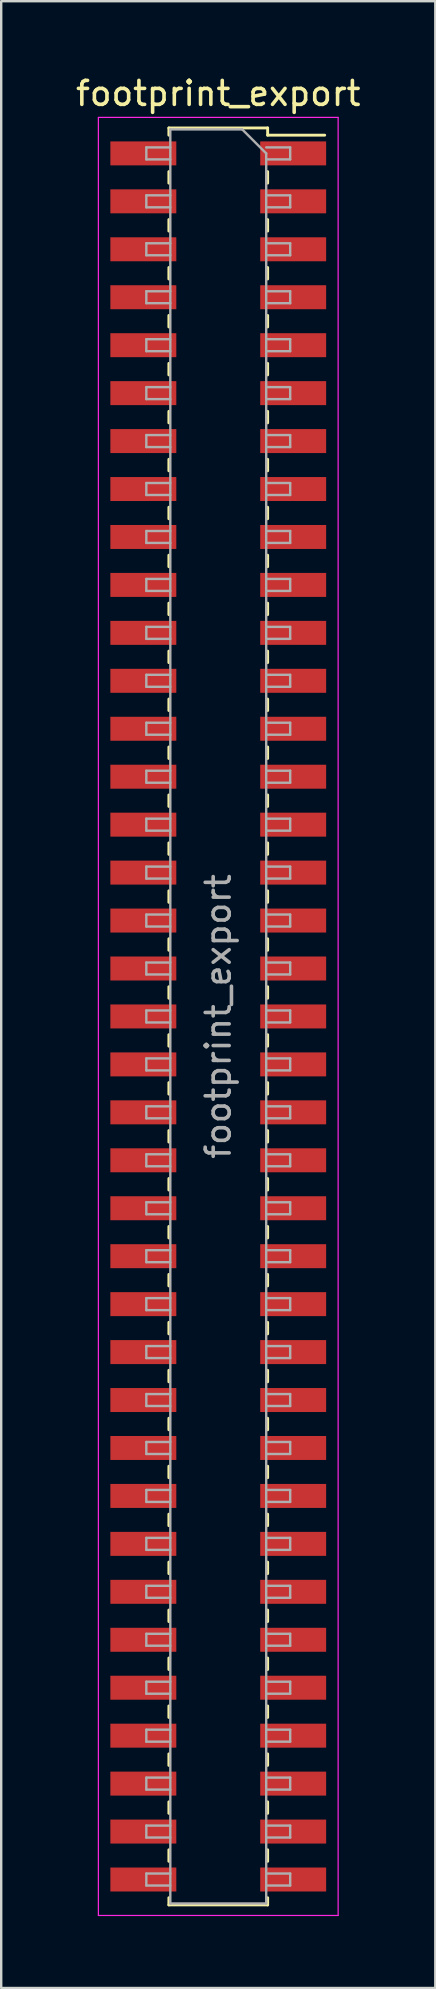
<source format=kicad_pcb>
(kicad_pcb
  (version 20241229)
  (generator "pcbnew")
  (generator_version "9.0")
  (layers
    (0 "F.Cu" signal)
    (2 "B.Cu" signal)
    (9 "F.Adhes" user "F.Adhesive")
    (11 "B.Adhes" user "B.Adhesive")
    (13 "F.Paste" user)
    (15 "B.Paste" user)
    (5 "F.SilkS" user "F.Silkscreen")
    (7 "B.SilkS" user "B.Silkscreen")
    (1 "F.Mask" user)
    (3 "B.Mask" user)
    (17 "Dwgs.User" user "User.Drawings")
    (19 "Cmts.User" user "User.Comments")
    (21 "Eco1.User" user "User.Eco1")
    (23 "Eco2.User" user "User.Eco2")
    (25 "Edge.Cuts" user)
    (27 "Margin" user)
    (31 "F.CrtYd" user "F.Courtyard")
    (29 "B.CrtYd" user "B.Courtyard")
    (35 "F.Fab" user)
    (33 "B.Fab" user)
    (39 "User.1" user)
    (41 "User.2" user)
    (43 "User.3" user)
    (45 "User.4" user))
  (footprint "footprint_export"
    (layer "F.Cu")
    (at 6.054 39.348)
    (property "Reference" "footprint_export" (at 0 -38.5 0) (layer "F.SilkS") (effects (font (size 1 1) (thickness 0.15))))
    (attr smd)
    (fp_line (start -2.06 -37.06) (end -2.06 -36.76) (stroke (width 0.12) (type solid)) (layer "F.SilkS"))
    (fp_line (start -2.06 -37.06) (end 2.06 -37.06) (stroke (width 0.12) (type solid)) (layer "F.SilkS"))
    (fp_line (start -2.06 -35.24) (end -2.06 -34.76) (stroke (width 0.12) (type solid)) (layer "F.SilkS"))
    (fp_line (start -2.06 -33.24) (end -2.06 -32.76) (stroke (width 0.12) (type solid)) (layer "F.SilkS"))
    (fp_line (start -2.06 -31.24) (end -2.06 -30.76) (stroke (width 0.12) (type solid)) (layer "F.SilkS"))
    (fp_line (start -2.06 -29.24) (end -2.06 -28.76) (stroke (width 0.12) (type solid)) (layer "F.SilkS"))
    (fp_line (start -2.06 -27.24) (end -2.06 -26.76) (stroke (width 0.12) (type solid)) (layer "F.SilkS"))
    (fp_line (start -2.06 -25.24) (end -2.06 -24.76) (stroke (width 0.12) (type solid)) (layer "F.SilkS"))
    (fp_line (start -2.06 -23.24) (end -2.06 -22.76) (stroke (width 0.12) (type solid)) (layer "F.SilkS"))
    (fp_line (start -2.06 -21.24) (end -2.06 -20.76) (stroke (width 0.12) (type solid)) (layer "F.SilkS"))
    (fp_line (start -2.06 -19.24) (end -2.06 -18.76) (stroke (width 0.12) (type solid)) (layer "F.SilkS"))
    (fp_line (start -2.06 -17.24) (end -2.06 -16.76) (stroke (width 0.12) (type solid)) (layer "F.SilkS"))
    (fp_line (start -2.06 -15.24) (end -2.06 -14.76) (stroke (width 0.12) (type solid)) (layer "F.SilkS"))
    (fp_line (start -2.06 -13.24) (end -2.06 -12.76) (stroke (width 0.12) (type solid)) (layer "F.SilkS"))
    (fp_line (start -2.06 -11.24) (end -2.06 -10.76) (stroke (width 0.12) (type solid)) (layer "F.SilkS"))
    (fp_line (start -2.06 -9.24) (end -2.06 -8.76) (stroke (width 0.12) (type solid)) (layer "F.SilkS"))
    (fp_line (start -2.06 -7.24) (end -2.06 -6.76) (stroke (width 0.12) (type solid)) (layer "F.SilkS"))
    (fp_line (start -2.06 -5.24) (end -2.06 -4.76) (stroke (width 0.12) (type solid)) (layer "F.SilkS"))
    (fp_line (start -2.06 -3.24) (end -2.06 -2.76) (stroke (width 0.12) (type solid)) (layer "F.SilkS"))
    (fp_line (start -2.06 -1.24) (end -2.06 -0.76) (stroke (width 0.12) (type solid)) (layer "F.SilkS"))
    (fp_line (start -2.06 0.76) (end -2.06 1.24) (stroke (width 0.12) (type solid)) (layer "F.SilkS"))
    (fp_line (start -2.06 2.76) (end -2.06 3.24) (stroke (width 0.12) (type solid)) (layer "F.SilkS"))
    (fp_line (start -2.06 4.76) (end -2.06 5.24) (stroke (width 0.12) (type solid)) (layer "F.SilkS"))
    (fp_line (start -2.06 6.76) (end -2.06 7.24) (stroke (width 0.12) (type solid)) (layer "F.SilkS"))
    (fp_line (start -2.06 8.76) (end -2.06 9.24) (stroke (width 0.12) (type solid)) (layer "F.SilkS"))
    (fp_line (start -2.06 10.76) (end -2.06 11.24) (stroke (width 0.12) (type solid)) (layer "F.SilkS"))
    (fp_line (start -2.06 12.76) (end -2.06 13.24) (stroke (width 0.12) (type solid)) (layer "F.SilkS"))
    (fp_line (start -2.06 14.76) (end -2.06 15.24) (stroke (width 0.12) (type solid)) (layer "F.SilkS"))
    (fp_line (start -2.06 16.76) (end -2.06 17.24) (stroke (width 0.12) (type solid)) (layer "F.SilkS"))
    (fp_line (start -2.06 18.76) (end -2.06 19.24) (stroke (width 0.12) (type solid)) (layer "F.SilkS"))
    (fp_line (start -2.06 20.76) (end -2.06 21.24) (stroke (width 0.12) (type solid)) (layer "F.SilkS"))
    (fp_line (start -2.06 22.76) (end -2.06 23.24) (stroke (width 0.12) (type solid)) (layer "F.SilkS"))
    (fp_line (start -2.06 24.76) (end -2.06 25.24) (stroke (width 0.12) (type solid)) (layer "F.SilkS"))
    (fp_line (start -2.06 26.76) (end -2.06 27.24) (stroke (width 0.12) (type solid)) (layer "F.SilkS"))
    (fp_line (start -2.06 28.76) (end -2.06 29.24) (stroke (width 0.12) (type solid)) (layer "F.SilkS"))
    (fp_line (start -2.06 30.76) (end -2.06 31.24) (stroke (width 0.12) (type solid)) (layer "F.SilkS"))
    (fp_line (start -2.06 32.76) (end -2.06 33.24) (stroke (width 0.12) (type solid)) (layer "F.SilkS"))
    (fp_line (start -2.06 34.76) (end -2.06 35.24) (stroke (width 0.12) (type solid)) (layer "F.SilkS"))
    (fp_line (start -2.06 36.76) (end -2.06 37.06) (stroke (width 0.12) (type solid)) (layer "F.SilkS"))
    (fp_line (start -2.06 37.06) (end 2.06 37.06) (stroke (width 0.12) (type solid)) (layer "F.SilkS"))
    (fp_line (start 2.06 -37.06) (end 2.06 -36.76) (stroke (width 0.12) (type solid)) (layer "F.SilkS"))
    (fp_line (start 2.06 -36.76) (end 4.44 -36.76) (stroke (width 0.12) (type solid)) (layer "F.SilkS"))
    (fp_line (start 2.06 -35.24) (end 2.06 -34.76) (stroke (width 0.12) (type solid)) (layer "F.SilkS"))
    (fp_line (start 2.06 -33.24) (end 2.06 -32.76) (stroke (width 0.12) (type solid)) (layer "F.SilkS"))
    (fp_line (start 2.06 -31.24) (end 2.06 -30.76) (stroke (width 0.12) (type solid)) (layer "F.SilkS"))
    (fp_line (start 2.06 -29.24) (end 2.06 -28.76) (stroke (width 0.12) (type solid)) (layer "F.SilkS"))
    (fp_line (start 2.06 -27.24) (end 2.06 -26.76) (stroke (width 0.12) (type solid)) (layer "F.SilkS"))
    (fp_line (start 2.06 -25.24) (end 2.06 -24.76) (stroke (width 0.12) (type solid)) (layer "F.SilkS"))
    (fp_line (start 2.06 -23.24) (end 2.06 -22.76) (stroke (width 0.12) (type solid)) (layer "F.SilkS"))
    (fp_line (start 2.06 -21.24) (end 2.06 -20.76) (stroke (width 0.12) (type solid)) (layer "F.SilkS"))
    (fp_line (start 2.06 -19.24) (end 2.06 -18.76) (stroke (width 0.12) (type solid)) (layer "F.SilkS"))
    (fp_line (start 2.06 -17.24) (end 2.06 -16.76) (stroke (width 0.12) (type solid)) (layer "F.SilkS"))
    (fp_line (start 2.06 -15.24) (end 2.06 -14.76) (stroke (width 0.12) (type solid)) (layer "F.SilkS"))
    (fp_line (start 2.06 -13.24) (end 2.06 -12.76) (stroke (width 0.12) (type solid)) (layer "F.SilkS"))
    (fp_line (start 2.06 -11.24) (end 2.06 -10.76) (stroke (width 0.12) (type solid)) (layer "F.SilkS"))
    (fp_line (start 2.06 -9.24) (end 2.06 -8.76) (stroke (width 0.12) (type solid)) (layer "F.SilkS"))
    (fp_line (start 2.06 -7.24) (end 2.06 -6.76) (stroke (width 0.12) (type solid)) (layer "F.SilkS"))
    (fp_line (start 2.06 -5.24) (end 2.06 -4.76) (stroke (width 0.12) (type solid)) (layer "F.SilkS"))
    (fp_line (start 2.06 -3.24) (end 2.06 -2.76) (stroke (width 0.12) (type solid)) (layer "F.SilkS"))
    (fp_line (start 2.06 -1.24) (end 2.06 -0.76) (stroke (width 0.12) (type solid)) (layer "F.SilkS"))
    (fp_line (start 2.06 0.76) (end 2.06 1.24) (stroke (width 0.12) (type solid)) (layer "F.SilkS"))
    (fp_line (start 2.06 2.76) (end 2.06 3.24) (stroke (width 0.12) (type solid)) (layer "F.SilkS"))
    (fp_line (start 2.06 4.76) (end 2.06 5.24) (stroke (width 0.12) (type solid)) (layer "F.SilkS"))
    (fp_line (start 2.06 6.76) (end 2.06 7.24) (stroke (width 0.12) (type solid)) (layer "F.SilkS"))
    (fp_line (start 2.06 8.76) (end 2.06 9.24) (stroke (width 0.12) (type solid)) (layer "F.SilkS"))
    (fp_line (start 2.06 10.76) (end 2.06 11.24) (stroke (width 0.12) (type solid)) (layer "F.SilkS"))
    (fp_line (start 2.06 12.76) (end 2.06 13.24) (stroke (width 0.12) (type solid)) (layer "F.SilkS"))
    (fp_line (start 2.06 14.76) (end 2.06 15.24) (stroke (width 0.12) (type solid)) (layer "F.SilkS"))
    (fp_line (start 2.06 16.76) (end 2.06 17.24) (stroke (width 0.12) (type solid)) (layer "F.SilkS"))
    (fp_line (start 2.06 18.76) (end 2.06 19.24) (stroke (width 0.12) (type solid)) (layer "F.SilkS"))
    (fp_line (start 2.06 20.76) (end 2.06 21.24) (stroke (width 0.12) (type solid)) (layer "F.SilkS"))
    (fp_line (start 2.06 22.76) (end 2.06 23.24) (stroke (width 0.12) (type solid)) (layer "F.SilkS"))
    (fp_line (start 2.06 24.76) (end 2.06 25.24) (stroke (width 0.12) (type solid)) (layer "F.SilkS"))
    (fp_line (start 2.06 26.76) (end 2.06 27.24) (stroke (width 0.12) (type solid)) (layer "F.SilkS"))
    (fp_line (start 2.06 28.76) (end 2.06 29.24) (stroke (width 0.12) (type solid)) (layer "F.SilkS"))
    (fp_line (start 2.06 30.76) (end 2.06 31.24) (stroke (width 0.12) (type solid)) (layer "F.SilkS"))
    (fp_line (start 2.06 32.76) (end 2.06 33.24) (stroke (width 0.12) (type solid)) (layer "F.SilkS"))
    (fp_line (start 2.06 34.76) (end 2.06 35.24) (stroke (width 0.12) (type solid)) (layer "F.SilkS"))
    (fp_line (start 2.06 36.76) (end 2.06 37.06) (stroke (width 0.12) (type solid)) (layer "F.SilkS"))
    (fp_line (start -5 -37.5) (end 5 -37.5) (stroke (width 0.05) (type solid)) (layer "F.CrtYd"))
    (fp_line (start -5 37.5) (end -5 -37.5) (stroke (width 0.05) (type solid)) (layer "F.CrtYd"))
    (fp_line (start 5 -37.5) (end 5 37.5) (stroke (width 0.05) (type solid)) (layer "F.CrtYd"))
    (fp_line (start 5 37.5) (end -5 37.5) (stroke (width 0.05) (type solid)) (layer "F.CrtYd"))
    (fp_line (start -3 -36.25) (end -2 -36.25) (stroke (width 0.1) (type solid)) (layer "F.Fab"))
    (fp_line (start -3 -35.75) (end -3 -36.25) (stroke (width 0.1) (type solid)) (layer "F.Fab"))
    (fp_line (start -3 -34.25) (end -2 -34.25) (stroke (width 0.1) (type solid)) (layer "F.Fab"))
    (fp_line (start -3 -33.75) (end -3 -34.25) (stroke (width 0.1) (type solid)) (layer "F.Fab"))
    (fp_line (start -3 -32.25) (end -2 -32.25) (stroke (width 0.1) (type solid)) (layer "F.Fab"))
    (fp_line (start -3 -31.75) (end -3 -32.25) (stroke (width 0.1) (type solid)) (layer "F.Fab"))
    (fp_line (start -3 -30.25) (end -2 -30.25) (stroke (width 0.1) (type solid)) (layer "F.Fab"))
    (fp_line (start -3 -29.75) (end -3 -30.25) (stroke (width 0.1) (type solid)) (layer "F.Fab"))
    (fp_line (start -3 -28.25) (end -2 -28.25) (stroke (width 0.1) (type solid)) (layer "F.Fab"))
    (fp_line (start -3 -27.75) (end -3 -28.25) (stroke (width 0.1) (type solid)) (layer "F.Fab"))
    (fp_line (start -3 -26.25) (end -2 -26.25) (stroke (width 0.1) (type solid)) (layer "F.Fab"))
    (fp_line (start -3 -25.75) (end -3 -26.25) (stroke (width 0.1) (type solid)) (layer "F.Fab"))
    (fp_line (start -3 -24.25) (end -2 -24.25) (stroke (width 0.1) (type solid)) (layer "F.Fab"))
    (fp_line (start -3 -23.75) (end -3 -24.25) (stroke (width 0.1) (type solid)) (layer "F.Fab"))
    (fp_line (start -3 -22.25) (end -2 -22.25) (stroke (width 0.1) (type solid)) (layer "F.Fab"))
    (fp_line (start -3 -21.75) (end -3 -22.25) (stroke (width 0.1) (type solid)) (layer "F.Fab"))
    (fp_line (start -3 -20.25) (end -2 -20.25) (stroke (width 0.1) (type solid)) (layer "F.Fab"))
    (fp_line (start -3 -19.75) (end -3 -20.25) (stroke (width 0.1) (type solid)) (layer "F.Fab"))
    (fp_line (start -3 -18.25) (end -2 -18.25) (stroke (width 0.1) (type solid)) (layer "F.Fab"))
    (fp_line (start -3 -17.75) (end -3 -18.25) (stroke (width 0.1) (type solid)) (layer "F.Fab"))
    (fp_line (start -3 -16.25) (end -2 -16.25) (stroke (width 0.1) (type solid)) (layer "F.Fab"))
    (fp_line (start -3 -15.75) (end -3 -16.25) (stroke (width 0.1) (type solid)) (layer "F.Fab"))
    (fp_line (start -3 -14.25) (end -2 -14.25) (stroke (width 0.1) (type solid)) (layer "F.Fab"))
    (fp_line (start -3 -13.75) (end -3 -14.25) (stroke (width 0.1) (type solid)) (layer "F.Fab"))
    (fp_line (start -3 -12.25) (end -2 -12.25) (stroke (width 0.1) (type solid)) (layer "F.Fab"))
    (fp_line (start -3 -11.75) (end -3 -12.25) (stroke (width 0.1) (type solid)) (layer "F.Fab"))
    (fp_line (start -3 -10.25) (end -2 -10.25) (stroke (width 0.1) (type solid)) (layer "F.Fab"))
    (fp_line (start -3 -9.75) (end -3 -10.25) (stroke (width 0.1) (type solid)) (layer "F.Fab"))
    (fp_line (start -3 -8.25) (end -2 -8.25) (stroke (width 0.1) (type solid)) (layer "F.Fab"))
    (fp_line (start -3 -7.75) (end -3 -8.25) (stroke (width 0.1) (type solid)) (layer "F.Fab"))
    (fp_line (start -3 -6.25) (end -2 -6.25) (stroke (width 0.1) (type solid)) (layer "F.Fab"))
    (fp_line (start -3 -5.75) (end -3 -6.25) (stroke (width 0.1) (type solid)) (layer "F.Fab"))
    (fp_line (start -3 -4.25) (end -2 -4.25) (stroke (width 0.1) (type solid)) (layer "F.Fab"))
    (fp_line (start -3 -3.75) (end -3 -4.25) (stroke (width 0.1) (type solid)) (layer "F.Fab"))
    (fp_line (start -3 -2.25) (end -2 -2.25) (stroke (width 0.1) (type solid)) (layer "F.Fab"))
    (fp_line (start -3 -1.75) (end -3 -2.25) (stroke (width 0.1) (type solid)) (layer "F.Fab"))
    (fp_line (start -3 -0.25) (end -2 -0.25) (stroke (width 0.1) (type solid)) (layer "F.Fab"))
    (fp_line (start -3 0.25) (end -3 -0.25) (stroke (width 0.1) (type solid)) (layer "F.Fab"))
    (fp_line (start -3 1.75) (end -2 1.75) (stroke (width 0.1) (type solid)) (layer "F.Fab"))
    (fp_line (start -3 2.25) (end -3 1.75) (stroke (width 0.1) (type solid)) (layer "F.Fab"))
    (fp_line (start -3 3.75) (end -2 3.75) (stroke (width 0.1) (type solid)) (layer "F.Fab"))
    (fp_line (start -3 4.25) (end -3 3.75) (stroke (width 0.1) (type solid)) (layer "F.Fab"))
    (fp_line (start -3 5.75) (end -2 5.75) (stroke (width 0.1) (type solid)) (layer "F.Fab"))
    (fp_line (start -3 6.25) (end -3 5.75) (stroke (width 0.1) (type solid)) (layer "F.Fab"))
    (fp_line (start -3 7.75) (end -2 7.75) (stroke (width 0.1) (type solid)) (layer "F.Fab"))
    (fp_line (start -3 8.25) (end -3 7.75) (stroke (width 0.1) (type solid)) (layer "F.Fab"))
    (fp_line (start -3 9.75) (end -2 9.75) (stroke (width 0.1) (type solid)) (layer "F.Fab"))
    (fp_line (start -3 10.25) (end -3 9.75) (stroke (width 0.1) (type solid)) (layer "F.Fab"))
    (fp_line (start -3 11.75) (end -2 11.75) (stroke (width 0.1) (type solid)) (layer "F.Fab"))
    (fp_line (start -3 12.25) (end -3 11.75) (stroke (width 0.1) (type solid)) (layer "F.Fab"))
    (fp_line (start -3 13.75) (end -2 13.75) (stroke (width 0.1) (type solid)) (layer "F.Fab"))
    (fp_line (start -3 14.25) (end -3 13.75) (stroke (width 0.1) (type solid)) (layer "F.Fab"))
    (fp_line (start -3 15.75) (end -2 15.75) (stroke (width 0.1) (type solid)) (layer "F.Fab"))
    (fp_line (start -3 16.25) (end -3 15.75) (stroke (width 0.1) (type solid)) (layer "F.Fab"))
    (fp_line (start -3 17.75) (end -2 17.75) (stroke (width 0.1) (type solid)) (layer "F.Fab"))
    (fp_line (start -3 18.25) (end -3 17.75) (stroke (width 0.1) (type solid)) (layer "F.Fab"))
    (fp_line (start -3 19.75) (end -2 19.75) (stroke (width 0.1) (type solid)) (layer "F.Fab"))
    (fp_line (start -3 20.25) (end -3 19.75) (stroke (width 0.1) (type solid)) (layer "F.Fab"))
    (fp_line (start -3 21.75) (end -2 21.75) (stroke (width 0.1) (type solid)) (layer "F.Fab"))
    (fp_line (start -3 22.25) (end -3 21.75) (stroke (width 0.1) (type solid)) (layer "F.Fab"))
    (fp_line (start -3 23.75) (end -2 23.75) (stroke (width 0.1) (type solid)) (layer "F.Fab"))
    (fp_line (start -3 24.25) (end -3 23.75) (stroke (width 0.1) (type solid)) (layer "F.Fab"))
    (fp_line (start -3 25.75) (end -2 25.75) (stroke (width 0.1) (type solid)) (layer "F.Fab"))
    (fp_line (start -3 26.25) (end -3 25.75) (stroke (width 0.1) (type solid)) (layer "F.Fab"))
    (fp_line (start -3 27.75) (end -2 27.75) (stroke (width 0.1) (type solid)) (layer "F.Fab"))
    (fp_line (start -3 28.25) (end -3 27.75) (stroke (width 0.1) (type solid)) (layer "F.Fab"))
    (fp_line (start -3 29.75) (end -2 29.75) (stroke (width 0.1) (type solid)) (layer "F.Fab"))
    (fp_line (start -3 30.25) (end -3 29.75) (stroke (width 0.1) (type solid)) (layer "F.Fab"))
    (fp_line (start -3 31.75) (end -2 31.75) (stroke (width 0.1) (type solid)) (layer "F.Fab"))
    (fp_line (start -3 32.25) (end -3 31.75) (stroke (width 0.1) (type solid)) (layer "F.Fab"))
    (fp_line (start -3 33.75) (end -2 33.75) (stroke (width 0.1) (type solid)) (layer "F.Fab"))
    (fp_line (start -3 34.25) (end -3 33.75) (stroke (width 0.1) (type solid)) (layer "F.Fab"))
    (fp_line (start -3 35.75) (end -2 35.75) (stroke (width 0.1) (type solid)) (layer "F.Fab"))
    (fp_line (start -3 36.25) (end -3 35.75) (stroke (width 0.1) (type solid)) (layer "F.Fab"))
    (fp_line (start -2 -37) (end 1 -37) (stroke (width 0.1) (type solid)) (layer "F.Fab"))
    (fp_line (start -2 -35.75) (end -3 -35.75) (stroke (width 0.1) (type solid)) (layer "F.Fab"))
    (fp_line (start -2 -33.75) (end -3 -33.75) (stroke (width 0.1) (type solid)) (layer "F.Fab"))
    (fp_line (start -2 -31.75) (end -3 -31.75) (stroke (width 0.1) (type solid)) (layer "F.Fab"))
    (fp_line (start -2 -29.75) (end -3 -29.75) (stroke (width 0.1) (type solid)) (layer "F.Fab"))
    (fp_line (start -2 -27.75) (end -3 -27.75) (stroke (width 0.1) (type solid)) (layer "F.Fab"))
    (fp_line (start -2 -25.75) (end -3 -25.75) (stroke (width 0.1) (type solid)) (layer "F.Fab"))
    (fp_line (start -2 -23.75) (end -3 -23.75) (stroke (width 0.1) (type solid)) (layer "F.Fab"))
    (fp_line (start -2 -21.75) (end -3 -21.75) (stroke (width 0.1) (type solid)) (layer "F.Fab"))
    (fp_line (start -2 -19.75) (end -3 -19.75) (stroke (width 0.1) (type solid)) (layer "F.Fab"))
    (fp_line (start -2 -17.75) (end -3 -17.75) (stroke (width 0.1) (type solid)) (layer "F.Fab"))
    (fp_line (start -2 -15.75) (end -3 -15.75) (stroke (width 0.1) (type solid)) (layer "F.Fab"))
    (fp_line (start -2 -13.75) (end -3 -13.75) (stroke (width 0.1) (type solid)) (layer "F.Fab"))
    (fp_line (start -2 -11.75) (end -3 -11.75) (stroke (width 0.1) (type solid)) (layer "F.Fab"))
    (fp_line (start -2 -9.75) (end -3 -9.75) (stroke (width 0.1) (type solid)) (layer "F.Fab"))
    (fp_line (start -2 -7.75) (end -3 -7.75) (stroke (width 0.1) (type solid)) (layer "F.Fab"))
    (fp_line (start -2 -5.75) (end -3 -5.75) (stroke (width 0.1) (type solid)) (layer "F.Fab"))
    (fp_line (start -2 -3.75) (end -3 -3.75) (stroke (width 0.1) (type solid)) (layer "F.Fab"))
    (fp_line (start -2 -1.75) (end -3 -1.75) (stroke (width 0.1) (type solid)) (layer "F.Fab"))
    (fp_line (start -2 0.25) (end -3 0.25) (stroke (width 0.1) (type solid)) (layer "F.Fab"))
    (fp_line (start -2 2.25) (end -3 2.25) (stroke (width 0.1) (type solid)) (layer "F.Fab"))
    (fp_line (start -2 4.25) (end -3 4.25) (stroke (width 0.1) (type solid)) (layer "F.Fab"))
    (fp_line (start -2 6.25) (end -3 6.25) (stroke (width 0.1) (type solid)) (layer "F.Fab"))
    (fp_line (start -2 8.25) (end -3 8.25) (stroke (width 0.1) (type solid)) (layer "F.Fab"))
    (fp_line (start -2 10.25) (end -3 10.25) (stroke (width 0.1) (type solid)) (layer "F.Fab"))
    (fp_line (start -2 12.25) (end -3 12.25) (stroke (width 0.1) (type solid)) (layer "F.Fab"))
    (fp_line (start -2 14.25) (end -3 14.25) (stroke (width 0.1) (type solid)) (layer "F.Fab"))
    (fp_line (start -2 16.25) (end -3 16.25) (stroke (width 0.1) (type solid)) (layer "F.Fab"))
    (fp_line (start -2 18.25) (end -3 18.25) (stroke (width 0.1) (type solid)) (layer "F.Fab"))
    (fp_line (start -2 20.25) (end -3 20.25) (stroke (width 0.1) (type solid)) (layer "F.Fab"))
    (fp_line (start -2 22.25) (end -3 22.25) (stroke (width 0.1) (type solid)) (layer "F.Fab"))
    (fp_line (start -2 24.25) (end -3 24.25) (stroke (width 0.1) (type solid)) (layer "F.Fab"))
    (fp_line (start -2 26.25) (end -3 26.25) (stroke (width 0.1) (type solid)) (layer "F.Fab"))
    (fp_line (start -2 28.25) (end -3 28.25) (stroke (width 0.1) (type solid)) (layer "F.Fab"))
    (fp_line (start -2 30.25) (end -3 30.25) (stroke (width 0.1) (type solid)) (layer "F.Fab"))
    (fp_line (start -2 32.25) (end -3 32.25) (stroke (width 0.1) (type solid)) (layer "F.Fab"))
    (fp_line (start -2 34.25) (end -3 34.25) (stroke (width 0.1) (type solid)) (layer "F.Fab"))
    (fp_line (start -2 36.25) (end -3 36.25) (stroke (width 0.1) (type solid)) (layer "F.Fab"))
    (fp_line (start -2 37) (end -2 -37) (stroke (width 0.1) (type solid)) (layer "F.Fab"))
    (fp_line (start 1 -37) (end 2 -36) (stroke (width 0.1) (type solid)) (layer "F.Fab"))
    (fp_line (start 2 -36.25) (end 3 -36.25) (stroke (width 0.1) (type solid)) (layer "F.Fab"))
    (fp_line (start 2 -36) (end 2 37) (stroke (width 0.1) (type solid)) (layer "F.Fab"))
    (fp_line (start 2 -34.25) (end 3 -34.25) (stroke (width 0.1) (type solid)) (layer "F.Fab"))
    (fp_line (start 2 -32.25) (end 3 -32.25) (stroke (width 0.1) (type solid)) (layer "F.Fab"))
    (fp_line (start 2 -30.25) (end 3 -30.25) (stroke (width 0.1) (type solid)) (layer "F.Fab"))
    (fp_line (start 2 -28.25) (end 3 -28.25) (stroke (width 0.1) (type solid)) (layer "F.Fab"))
    (fp_line (start 2 -26.25) (end 3 -26.25) (stroke (width 0.1) (type solid)) (layer "F.Fab"))
    (fp_line (start 2 -24.25) (end 3 -24.25) (stroke (width 0.1) (type solid)) (layer "F.Fab"))
    (fp_line (start 2 -22.25) (end 3 -22.25) (stroke (width 0.1) (type solid)) (layer "F.Fab"))
    (fp_line (start 2 -20.25) (end 3 -20.25) (stroke (width 0.1) (type solid)) (layer "F.Fab"))
    (fp_line (start 2 -18.25) (end 3 -18.25) (stroke (width 0.1) (type solid)) (layer "F.Fab"))
    (fp_line (start 2 -16.25) (end 3 -16.25) (stroke (width 0.1) (type solid)) (layer "F.Fab"))
    (fp_line (start 2 -14.25) (end 3 -14.25) (stroke (width 0.1) (type solid)) (layer "F.Fab"))
    (fp_line (start 2 -12.25) (end 3 -12.25) (stroke (width 0.1) (type solid)) (layer "F.Fab"))
    (fp_line (start 2 -10.25) (end 3 -10.25) (stroke (width 0.1) (type solid)) (layer "F.Fab"))
    (fp_line (start 2 -8.25) (end 3 -8.25) (stroke (width 0.1) (type solid)) (layer "F.Fab"))
    (fp_line (start 2 -6.25) (end 3 -6.25) (stroke (width 0.1) (type solid)) (layer "F.Fab"))
    (fp_line (start 2 -4.25) (end 3 -4.25) (stroke (width 0.1) (type solid)) (layer "F.Fab"))
    (fp_line (start 2 -2.25) (end 3 -2.25) (stroke (width 0.1) (type solid)) (layer "F.Fab"))
    (fp_line (start 2 -0.25) (end 3 -0.25) (stroke (width 0.1) (type solid)) (layer "F.Fab"))
    (fp_line (start 2 1.75) (end 3 1.75) (stroke (width 0.1) (type solid)) (layer "F.Fab"))
    (fp_line (start 2 3.75) (end 3 3.75) (stroke (width 0.1) (type solid)) (layer "F.Fab"))
    (fp_line (start 2 5.75) (end 3 5.75) (stroke (width 0.1) (type solid)) (layer "F.Fab"))
    (fp_line (start 2 7.75) (end 3 7.75) (stroke (width 0.1) (type solid)) (layer "F.Fab"))
    (fp_line (start 2 9.75) (end 3 9.75) (stroke (width 0.1) (type solid)) (layer "F.Fab"))
    (fp_line (start 2 11.75) (end 3 11.75) (stroke (width 0.1) (type solid)) (layer "F.Fab"))
    (fp_line (start 2 13.75) (end 3 13.75) (stroke (width 0.1) (type solid)) (layer "F.Fab"))
    (fp_line (start 2 15.75) (end 3 15.75) (stroke (width 0.1) (type solid)) (layer "F.Fab"))
    (fp_line (start 2 17.75) (end 3 17.75) (stroke (width 0.1) (type solid)) (layer "F.Fab"))
    (fp_line (start 2 19.75) (end 3 19.75) (stroke (width 0.1) (type solid)) (layer "F.Fab"))
    (fp_line (start 2 21.75) (end 3 21.75) (stroke (width 0.1) (type solid)) (layer "F.Fab"))
    (fp_line (start 2 23.75) (end 3 23.75) (stroke (width 0.1) (type solid)) (layer "F.Fab"))
    (fp_line (start 2 25.75) (end 3 25.75) (stroke (width 0.1) (type solid)) (layer "F.Fab"))
    (fp_line (start 2 27.75) (end 3 27.75) (stroke (width 0.1) (type solid)) (layer "F.Fab"))
    (fp_line (start 2 29.75) (end 3 29.75) (stroke (width 0.1) (type solid)) (layer "F.Fab"))
    (fp_line (start 2 31.75) (end 3 31.75) (stroke (width 0.1) (type solid)) (layer "F.Fab"))
    (fp_line (start 2 33.75) (end 3 33.75) (stroke (width 0.1) (type solid)) (layer "F.Fab"))
    (fp_line (start 2 35.75) (end 3 35.75) (stroke (width 0.1) (type solid)) (layer "F.Fab"))
    (fp_line (start 2 37) (end -2 37) (stroke (width 0.1) (type solid)) (layer "F.Fab"))
    (fp_line (start 3 -36.25) (end 3 -35.75) (stroke (width 0.1) (type solid)) (layer "F.Fab"))
    (fp_line (start 3 -35.75) (end 2 -35.75) (stroke (width 0.1) (type solid)) (layer "F.Fab"))
    (fp_line (start 3 -34.25) (end 3 -33.75) (stroke (width 0.1) (type solid)) (layer "F.Fab"))
    (fp_line (start 3 -33.75) (end 2 -33.75) (stroke (width 0.1) (type solid)) (layer "F.Fab"))
    (fp_line (start 3 -32.25) (end 3 -31.75) (stroke (width 0.1) (type solid)) (layer "F.Fab"))
    (fp_line (start 3 -31.75) (end 2 -31.75) (stroke (width 0.1) (type solid)) (layer "F.Fab"))
    (fp_line (start 3 -30.25) (end 3 -29.75) (stroke (width 0.1) (type solid)) (layer "F.Fab"))
    (fp_line (start 3 -29.75) (end 2 -29.75) (stroke (width 0.1) (type solid)) (layer "F.Fab"))
    (fp_line (start 3 -28.25) (end 3 -27.75) (stroke (width 0.1) (type solid)) (layer "F.Fab"))
    (fp_line (start 3 -27.75) (end 2 -27.75) (stroke (width 0.1) (type solid)) (layer "F.Fab"))
    (fp_line (start 3 -26.25) (end 3 -25.75) (stroke (width 0.1) (type solid)) (layer "F.Fab"))
    (fp_line (start 3 -25.75) (end 2 -25.75) (stroke (width 0.1) (type solid)) (layer "F.Fab"))
    (fp_line (start 3 -24.25) (end 3 -23.75) (stroke (width 0.1) (type solid)) (layer "F.Fab"))
    (fp_line (start 3 -23.75) (end 2 -23.75) (stroke (width 0.1) (type solid)) (layer "F.Fab"))
    (fp_line (start 3 -22.25) (end 3 -21.75) (stroke (width 0.1) (type solid)) (layer "F.Fab"))
    (fp_line (start 3 -21.75) (end 2 -21.75) (stroke (width 0.1) (type solid)) (layer "F.Fab"))
    (fp_line (start 3 -20.25) (end 3 -19.75) (stroke (width 0.1) (type solid)) (layer "F.Fab"))
    (fp_line (start 3 -19.75) (end 2 -19.75) (stroke (width 0.1) (type solid)) (layer "F.Fab"))
    (fp_line (start 3 -18.25) (end 3 -17.75) (stroke (width 0.1) (type solid)) (layer "F.Fab"))
    (fp_line (start 3 -17.75) (end 2 -17.75) (stroke (width 0.1) (type solid)) (layer "F.Fab"))
    (fp_line (start 3 -16.25) (end 3 -15.75) (stroke (width 0.1) (type solid)) (layer "F.Fab"))
    (fp_line (start 3 -15.75) (end 2 -15.75) (stroke (width 0.1) (type solid)) (layer "F.Fab"))
    (fp_line (start 3 -14.25) (end 3 -13.75) (stroke (width 0.1) (type solid)) (layer "F.Fab"))
    (fp_line (start 3 -13.75) (end 2 -13.75) (stroke (width 0.1) (type solid)) (layer "F.Fab"))
    (fp_line (start 3 -12.25) (end 3 -11.75) (stroke (width 0.1) (type solid)) (layer "F.Fab"))
    (fp_line (start 3 -11.75) (end 2 -11.75) (stroke (width 0.1) (type solid)) (layer "F.Fab"))
    (fp_line (start 3 -10.25) (end 3 -9.75) (stroke (width 0.1) (type solid)) (layer "F.Fab"))
    (fp_line (start 3 -9.75) (end 2 -9.75) (stroke (width 0.1) (type solid)) (layer "F.Fab"))
    (fp_line (start 3 -8.25) (end 3 -7.75) (stroke (width 0.1) (type solid)) (layer "F.Fab"))
    (fp_line (start 3 -7.75) (end 2 -7.75) (stroke (width 0.1) (type solid)) (layer "F.Fab"))
    (fp_line (start 3 -6.25) (end 3 -5.75) (stroke (width 0.1) (type solid)) (layer "F.Fab"))
    (fp_line (start 3 -5.75) (end 2 -5.75) (stroke (width 0.1) (type solid)) (layer "F.Fab"))
    (fp_line (start 3 -4.25) (end 3 -3.75) (stroke (width 0.1) (type solid)) (layer "F.Fab"))
    (fp_line (start 3 -3.75) (end 2 -3.75) (stroke (width 0.1) (type solid)) (layer "F.Fab"))
    (fp_line (start 3 -2.25) (end 3 -1.75) (stroke (width 0.1) (type solid)) (layer "F.Fab"))
    (fp_line (start 3 -1.75) (end 2 -1.75) (stroke (width 0.1) (type solid)) (layer "F.Fab"))
    (fp_line (start 3 -0.25) (end 3 0.25) (stroke (width 0.1) (type solid)) (layer "F.Fab"))
    (fp_line (start 3 0.25) (end 2 0.25) (stroke (width 0.1) (type solid)) (layer "F.Fab"))
    (fp_line (start 3 1.75) (end 3 2.25) (stroke (width 0.1) (type solid)) (layer "F.Fab"))
    (fp_line (start 3 2.25) (end 2 2.25) (stroke (width 0.1) (type solid)) (layer "F.Fab"))
    (fp_line (start 3 3.75) (end 3 4.25) (stroke (width 0.1) (type solid)) (layer "F.Fab"))
    (fp_line (start 3 4.25) (end 2 4.25) (stroke (width 0.1) (type solid)) (layer "F.Fab"))
    (fp_line (start 3 5.75) (end 3 6.25) (stroke (width 0.1) (type solid)) (layer "F.Fab"))
    (fp_line (start 3 6.25) (end 2 6.25) (stroke (width 0.1) (type solid)) (layer "F.Fab"))
    (fp_line (start 3 7.75) (end 3 8.25) (stroke (width 0.1) (type solid)) (layer "F.Fab"))
    (fp_line (start 3 8.25) (end 2 8.25) (stroke (width 0.1) (type solid)) (layer "F.Fab"))
    (fp_line (start 3 9.75) (end 3 10.25) (stroke (width 0.1) (type solid)) (layer "F.Fab"))
    (fp_line (start 3 10.25) (end 2 10.25) (stroke (width 0.1) (type solid)) (layer "F.Fab"))
    (fp_line (start 3 11.75) (end 3 12.25) (stroke (width 0.1) (type solid)) (layer "F.Fab"))
    (fp_line (start 3 12.25) (end 2 12.25) (stroke (width 0.1) (type solid)) (layer "F.Fab"))
    (fp_line (start 3 13.75) (end 3 14.25) (stroke (width 0.1) (type solid)) (layer "F.Fab"))
    (fp_line (start 3 14.25) (end 2 14.25) (stroke (width 0.1) (type solid)) (layer "F.Fab"))
    (fp_line (start 3 15.75) (end 3 16.25) (stroke (width 0.1) (type solid)) (layer "F.Fab"))
    (fp_line (start 3 16.25) (end 2 16.25) (stroke (width 0.1) (type solid)) (layer "F.Fab"))
    (fp_line (start 3 17.75) (end 3 18.25) (stroke (width 0.1) (type solid)) (layer "F.Fab"))
    (fp_line (start 3 18.25) (end 2 18.25) (stroke (width 0.1) (type solid)) (layer "F.Fab"))
    (fp_line (start 3 19.75) (end 3 20.25) (stroke (width 0.1) (type solid)) (layer "F.Fab"))
    (fp_line (start 3 20.25) (end 2 20.25) (stroke (width 0.1) (type solid)) (layer "F.Fab"))
    (fp_line (start 3 21.75) (end 3 22.25) (stroke (width 0.1) (type solid)) (layer "F.Fab"))
    (fp_line (start 3 22.25) (end 2 22.25) (stroke (width 0.1) (type solid)) (layer "F.Fab"))
    (fp_line (start 3 23.75) (end 3 24.25) (stroke (width 0.1) (type solid)) (layer "F.Fab"))
    (fp_line (start 3 24.25) (end 2 24.25) (stroke (width 0.1) (type solid)) (layer "F.Fab"))
    (fp_line (start 3 25.75) (end 3 26.25) (stroke (width 0.1) (type solid)) (layer "F.Fab"))
    (fp_line (start 3 26.25) (end 2 26.25) (stroke (width 0.1) (type solid)) (layer "F.Fab"))
    (fp_line (start 3 27.75) (end 3 28.25) (stroke (width 0.1) (type solid)) (layer "F.Fab"))
    (fp_line (start 3 28.25) (end 2 28.25) (stroke (width 0.1) (type solid)) (layer "F.Fab"))
    (fp_line (start 3 29.75) (end 3 30.25) (stroke (width 0.1) (type solid)) (layer "F.Fab"))
    (fp_line (start 3 30.25) (end 2 30.25) (stroke (width 0.1) (type solid)) (layer "F.Fab"))
    (fp_line (start 3 31.75) (end 3 32.25) (stroke (width 0.1) (type solid)) (layer "F.Fab"))
    (fp_line (start 3 32.25) (end 2 32.25) (stroke (width 0.1) (type solid)) (layer "F.Fab"))
    (fp_line (start 3 33.75) (end 3 34.25) (stroke (width 0.1) (type solid)) (layer "F.Fab"))
    (fp_line (start 3 34.25) (end 2 34.25) (stroke (width 0.1) (type solid)) (layer "F.Fab"))
    (fp_line (start 3 35.75) (end 3 36.25) (stroke (width 0.1) (type solid)) (layer "F.Fab"))
    (fp_line (start 3 36.25) (end 2 36.25) (stroke (width 0.1) (type solid)) (layer "F.Fab"))
    (fp_text user "${REFERENCE}" (at 0 0 90) (layer "F.Fab") (effects (font (size 1 1) (thickness 0.15))))
    (pad "1" smd rect (at 3.125 -36) (size 2.75 1) (layers "F.Cu" "F.Mask" "F.Paste"))
    (pad "2" smd rect (at -3.125 -36) (size 2.75 1) (layers "F.Cu" "F.Mask" "F.Paste"))
    (pad "3" smd rect (at 3.125 -34) (size 2.75 1) (layers "F.Cu" "F.Mask" "F.Paste"))
    (pad "4" smd rect (at -3.125 -34) (size 2.75 1) (layers "F.Cu" "F.Mask" "F.Paste"))
    (pad "5" smd rect (at 3.125 -32) (size 2.75 1) (layers "F.Cu" "F.Mask" "F.Paste"))
    (pad "6" smd rect (at -3.125 -32) (size 2.75 1) (layers "F.Cu" "F.Mask" "F.Paste"))
    (pad "7" smd rect (at 3.125 -30) (size 2.75 1) (layers "F.Cu" "F.Mask" "F.Paste"))
    (pad "8" smd rect (at -3.125 -30) (size 2.75 1) (layers "F.Cu" "F.Mask" "F.Paste"))
    (pad "9" smd rect (at 3.125 -28) (size 2.75 1) (layers "F.Cu" "F.Mask" "F.Paste"))
    (pad "10" smd rect (at -3.125 -28) (size 2.75 1) (layers "F.Cu" "F.Mask" "F.Paste"))
    (pad "11" smd rect (at 3.125 -26) (size 2.75 1) (layers "F.Cu" "F.Mask" "F.Paste"))
    (pad "12" smd rect (at -3.125 -26) (size 2.75 1) (layers "F.Cu" "F.Mask" "F.Paste"))
    (pad "13" smd rect (at 3.125 -24) (size 2.75 1) (layers "F.Cu" "F.Mask" "F.Paste"))
    (pad "14" smd rect (at -3.125 -24) (size 2.75 1) (layers "F.Cu" "F.Mask" "F.Paste"))
    (pad "15" smd rect (at 3.125 -22) (size 2.75 1) (layers "F.Cu" "F.Mask" "F.Paste"))
    (pad "16" smd rect (at -3.125 -22) (size 2.75 1) (layers "F.Cu" "F.Mask" "F.Paste"))
    (pad "17" smd rect (at 3.125 -20) (size 2.75 1) (layers "F.Cu" "F.Mask" "F.Paste"))
    (pad "18" smd rect (at -3.125 -20) (size 2.75 1) (layers "F.Cu" "F.Mask" "F.Paste"))
    (pad "19" smd rect (at 3.125 -18) (size 2.75 1) (layers "F.Cu" "F.Mask" "F.Paste"))
    (pad "20" smd rect (at -3.125 -18) (size 2.75 1) (layers "F.Cu" "F.Mask" "F.Paste"))
    (pad "21" smd rect (at 3.125 -16) (size 2.75 1) (layers "F.Cu" "F.Mask" "F.Paste"))
    (pad "22" smd rect (at -3.125 -16) (size 2.75 1) (layers "F.Cu" "F.Mask" "F.Paste"))
    (pad "23" smd rect (at 3.125 -14) (size 2.75 1) (layers "F.Cu" "F.Mask" "F.Paste"))
    (pad "24" smd rect (at -3.125 -14) (size 2.75 1) (layers "F.Cu" "F.Mask" "F.Paste"))
    (pad "25" smd rect (at 3.125 -12) (size 2.75 1) (layers "F.Cu" "F.Mask" "F.Paste"))
    (pad "26" smd rect (at -3.125 -12) (size 2.75 1) (layers "F.Cu" "F.Mask" "F.Paste"))
    (pad "27" smd rect (at 3.125 -10) (size 2.75 1) (layers "F.Cu" "F.Mask" "F.Paste"))
    (pad "28" smd rect (at -3.125 -10) (size 2.75 1) (layers "F.Cu" "F.Mask" "F.Paste"))
    (pad "29" smd rect (at 3.125 -8) (size 2.75 1) (layers "F.Cu" "F.Mask" "F.Paste"))
    (pad "30" smd rect (at -3.125 -8) (size 2.75 1) (layers "F.Cu" "F.Mask" "F.Paste"))
    (pad "31" smd rect (at 3.125 -6) (size 2.75 1) (layers "F.Cu" "F.Mask" "F.Paste"))
    (pad "32" smd rect (at -3.125 -6) (size 2.75 1) (layers "F.Cu" "F.Mask" "F.Paste"))
    (pad "33" smd rect (at 3.125 -4) (size 2.75 1) (layers "F.Cu" "F.Mask" "F.Paste"))
    (pad "34" smd rect (at -3.125 -4) (size 2.75 1) (layers "F.Cu" "F.Mask" "F.Paste"))
    (pad "35" smd rect (at 3.125 -2) (size 2.75 1) (layers "F.Cu" "F.Mask" "F.Paste"))
    (pad "36" smd rect (at -3.125 -2) (size 2.75 1) (layers "F.Cu" "F.Mask" "F.Paste"))
    (pad "37" smd rect (at 3.125 0) (size 2.75 1) (layers "F.Cu" "F.Mask" "F.Paste"))
    (pad "38" smd rect (at -3.125 0) (size 2.75 1) (layers "F.Cu" "F.Mask" "F.Paste"))
    (pad "39" smd rect (at 3.125 2) (size 2.75 1) (layers "F.Cu" "F.Mask" "F.Paste"))
    (pad "40" smd rect (at -3.125 2) (size 2.75 1) (layers "F.Cu" "F.Mask" "F.Paste"))
    (pad "41" smd rect (at 3.125 4) (size 2.75 1) (layers "F.Cu" "F.Mask" "F.Paste"))
    (pad "42" smd rect (at -3.125 4) (size 2.75 1) (layers "F.Cu" "F.Mask" "F.Paste"))
    (pad "43" smd rect (at 3.125 6) (size 2.75 1) (layers "F.Cu" "F.Mask" "F.Paste"))
    (pad "44" smd rect (at -3.125 6) (size 2.75 1) (layers "F.Cu" "F.Mask" "F.Paste"))
    (pad "45" smd rect (at 3.125 8) (size 2.75 1) (layers "F.Cu" "F.Mask" "F.Paste"))
    (pad "46" smd rect (at -3.125 8) (size 2.75 1) (layers "F.Cu" "F.Mask" "F.Paste"))
    (pad "47" smd rect (at 3.125 10) (size 2.75 1) (layers "F.Cu" "F.Mask" "F.Paste"))
    (pad "48" smd rect (at -3.125 10) (size 2.75 1) (layers "F.Cu" "F.Mask" "F.Paste"))
    (pad "49" smd rect (at 3.125 12) (size 2.75 1) (layers "F.Cu" "F.Mask" "F.Paste"))
    (pad "50" smd rect (at -3.125 12) (size 2.75 1) (layers "F.Cu" "F.Mask" "F.Paste"))
    (pad "51" smd rect (at 3.125 14) (size 2.75 1) (layers "F.Cu" "F.Mask" "F.Paste"))
    (pad "52" smd rect (at -3.125 14) (size 2.75 1) (layers "F.Cu" "F.Mask" "F.Paste"))
    (pad "53" smd rect (at 3.125 16) (size 2.75 1) (layers "F.Cu" "F.Mask" "F.Paste"))
    (pad "54" smd rect (at -3.125 16) (size 2.75 1) (layers "F.Cu" "F.Mask" "F.Paste"))
    (pad "55" smd rect (at 3.125 18) (size 2.75 1) (layers "F.Cu" "F.Mask" "F.Paste"))
    (pad "56" smd rect (at -3.125 18) (size 2.75 1) (layers "F.Cu" "F.Mask" "F.Paste"))
    (pad "57" smd rect (at 3.125 20) (size 2.75 1) (layers "F.Cu" "F.Mask" "F.Paste"))
    (pad "58" smd rect (at -3.125 20) (size 2.75 1) (layers "F.Cu" "F.Mask" "F.Paste"))
    (pad "59" smd rect (at 3.125 22) (size 2.75 1) (layers "F.Cu" "F.Mask" "F.Paste"))
    (pad "60" smd rect (at -3.125 22) (size 2.75 1) (layers "F.Cu" "F.Mask" "F.Paste"))
    (pad "61" smd rect (at 3.125 24) (size 2.75 1) (layers "F.Cu" "F.Mask" "F.Paste"))
    (pad "62" smd rect (at -3.125 24) (size 2.75 1) (layers "F.Cu" "F.Mask" "F.Paste"))
    (pad "63" smd rect (at 3.125 26) (size 2.75 1) (layers "F.Cu" "F.Mask" "F.Paste"))
    (pad "64" smd rect (at -3.125 26) (size 2.75 1) (layers "F.Cu" "F.Mask" "F.Paste"))
    (pad "65" smd rect (at 3.125 28) (size 2.75 1) (layers "F.Cu" "F.Mask" "F.Paste"))
    (pad "66" smd rect (at -3.125 28) (size 2.75 1) (layers "F.Cu" "F.Mask" "F.Paste"))
    (pad "67" smd rect (at 3.125 30) (size 2.75 1) (layers "F.Cu" "F.Mask" "F.Paste"))
    (pad "68" smd rect (at -3.125 30) (size 2.75 1) (layers "F.Cu" "F.Mask" "F.Paste"))
    (pad "69" smd rect (at 3.125 32) (size 2.75 1) (layers "F.Cu" "F.Mask" "F.Paste"))
    (pad "70" smd rect (at -3.125 32) (size 2.75 1) (layers "F.Cu" "F.Mask" "F.Paste"))
    (pad "71" smd rect (at 3.125 34) (size 2.75 1) (layers "F.Cu" "F.Mask" "F.Paste"))
    (pad "72" smd rect (at -3.125 34) (size 2.75 1) (layers "F.Cu" "F.Mask" "F.Paste"))
    (pad "73" smd rect (at 3.125 36) (size 2.75 1) (layers "F.Cu" "F.Mask" "F.Paste"))
    (pad "74" smd rect (at -3.125 36) (size 2.75 1) (layers "F.Cu" "F.Mask" "F.Paste")))
  (gr_rect
    (start -3 -3)
    (end 15.107 79.873)
    (stroke (width 0.1) (type default))
    (fill no)
    (layer "Edge.Cuts")))
</source>
